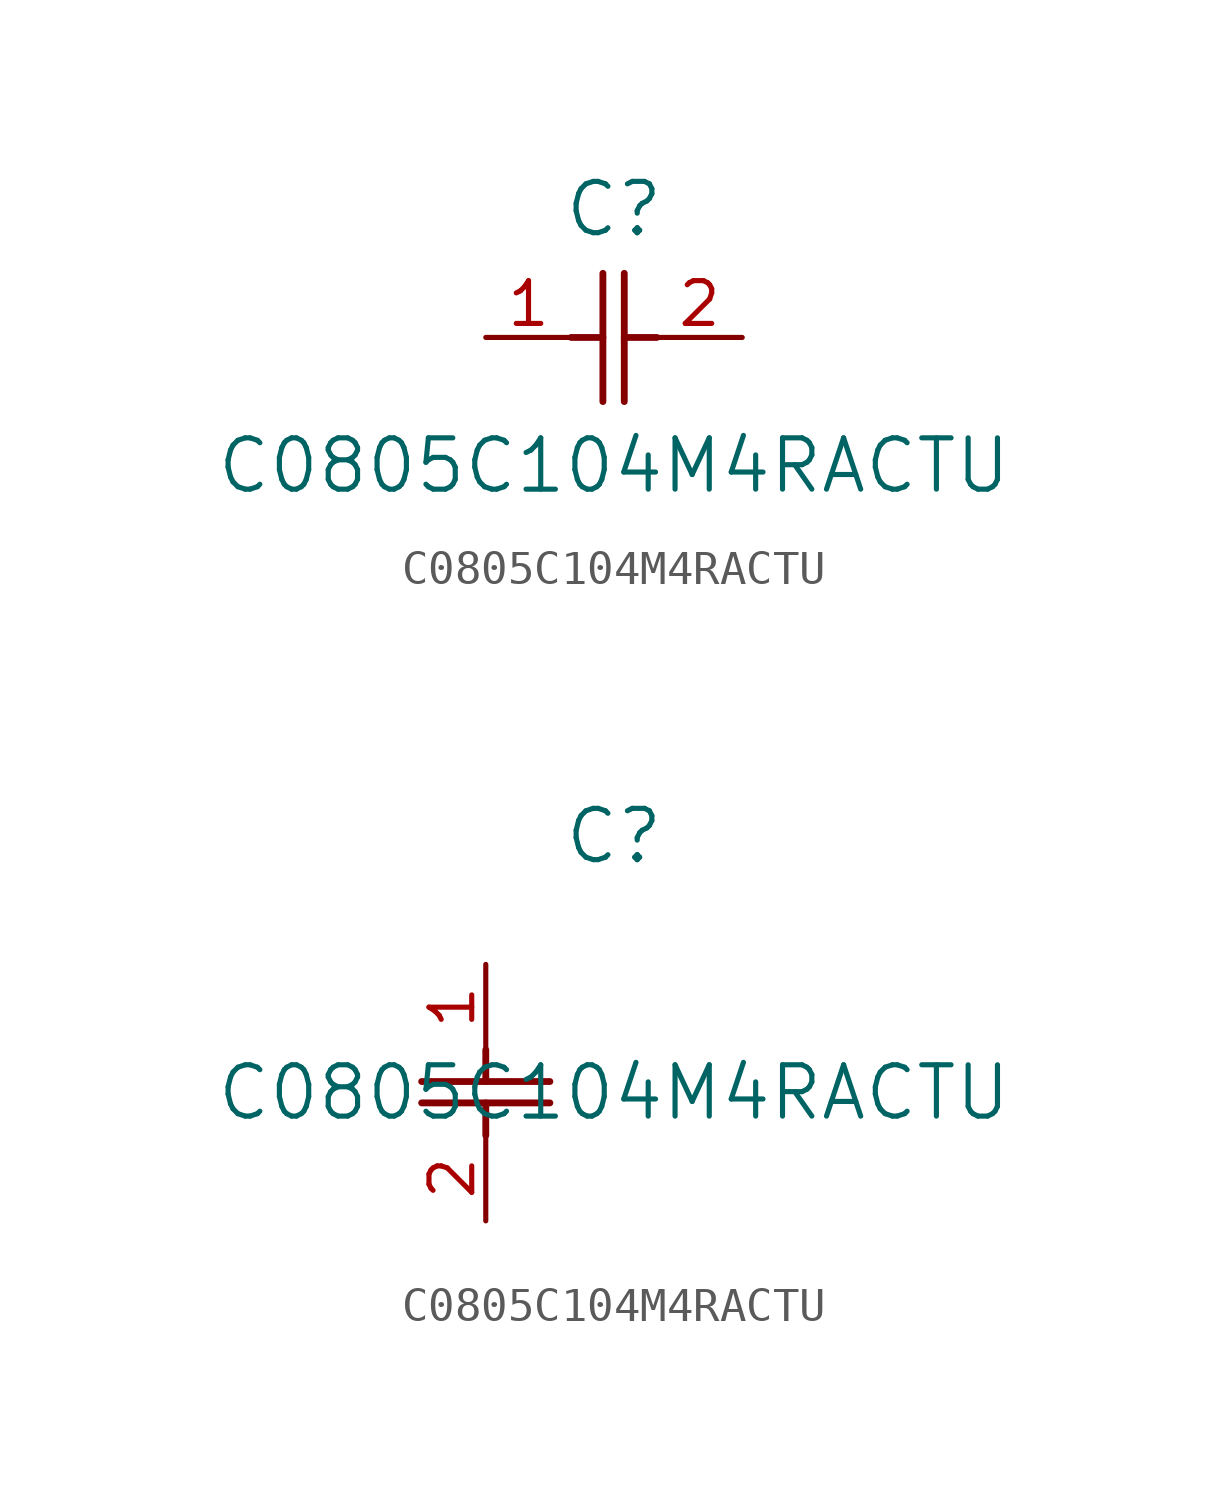
<source format=kicad_sym>
(kicad_symbol_lib
  (version 20211014)
  (generator kicad_symbol_editor)
  (symbol "C0805C104M4RACTU"
    (pin_names
      (offset 0.254))
    (property "Reference" "C"
      (at 3.81 3.81 0)
      (effects (font (size 1.524 1.524))))
    (property "Value" "C0805C104M4RACTU"
      (at 3.81 -3.81 0)
      (effects (font (size 1.524 1.524))))
    (symbol "C0805C104M4RACTU_1_1"
      (polyline (pts (xy 3.48 -1.905) (xy 3.48 1.905)) (stroke (width 0.203) (type default) (color 0 0 0 0)) (fill (type none)))
      (polyline (pts (xy 4.115 -1.905) (xy 4.115 1.905)) (stroke (width 0.203) (type default) (color 0 0 0 0)) (fill (type none)))
      (polyline (pts (xy 4.115 0) (xy 5.08 0)) (stroke (width 0.203) (type default) (color 0 0 0 0)) (fill (type none)))
      (polyline (pts (xy 2.54 0) (xy 3.48 0)) (stroke (width 0.203) (type default) (color 0 0 0 0)) (fill (type none)))
      (pin unspecified line (at 0 0 0) (length 2.54) (name "" (effects (font (size 1.27 1.27)))) (number "1" (effects (font (size 1.27 1.27)))))
      (pin unspecified line (at 7.62 0 180) (length 2.54) (name "" (effects (font (size 1.27 1.27)))) (number "2" (effects (font (size 1.27 1.27))))))
    (symbol "C0805C104M4RACTU_1_2"
      (polyline (pts (xy -1.905 -3.48) (xy 1.905 -3.48)) (stroke (width 0.203) (type default) (color 0 0 0 0)) (fill (type none)))
      (polyline (pts (xy -1.905 -4.115) (xy 1.905 -4.115)) (stroke (width 0.203) (type default) (color 0 0 0 0)) (fill (type none)))
      (polyline (pts (xy 0 -4.115) (xy 0 -5.08)) (stroke (width 0.203) (type default) (color 0 0 0 0)) (fill (type none)))
      (polyline (pts (xy 0 -2.54) (xy 0 -3.48)) (stroke (width 0.203) (type default) (color 0 0 0 0)) (fill (type none)))
      (pin unspecified line (at 0 0 270) (length 2.54) (name "" (effects (font (size 1.27 1.27)))) (number "1" (effects (font (size 1.27 1.27)))))
      (pin unspecified line (at 0 -7.62 90) (length 2.54) (name "" (effects (font (size 1.27 1.27)))) (number "2" (effects (font (size 1.27 1.27))))))))
</source>
